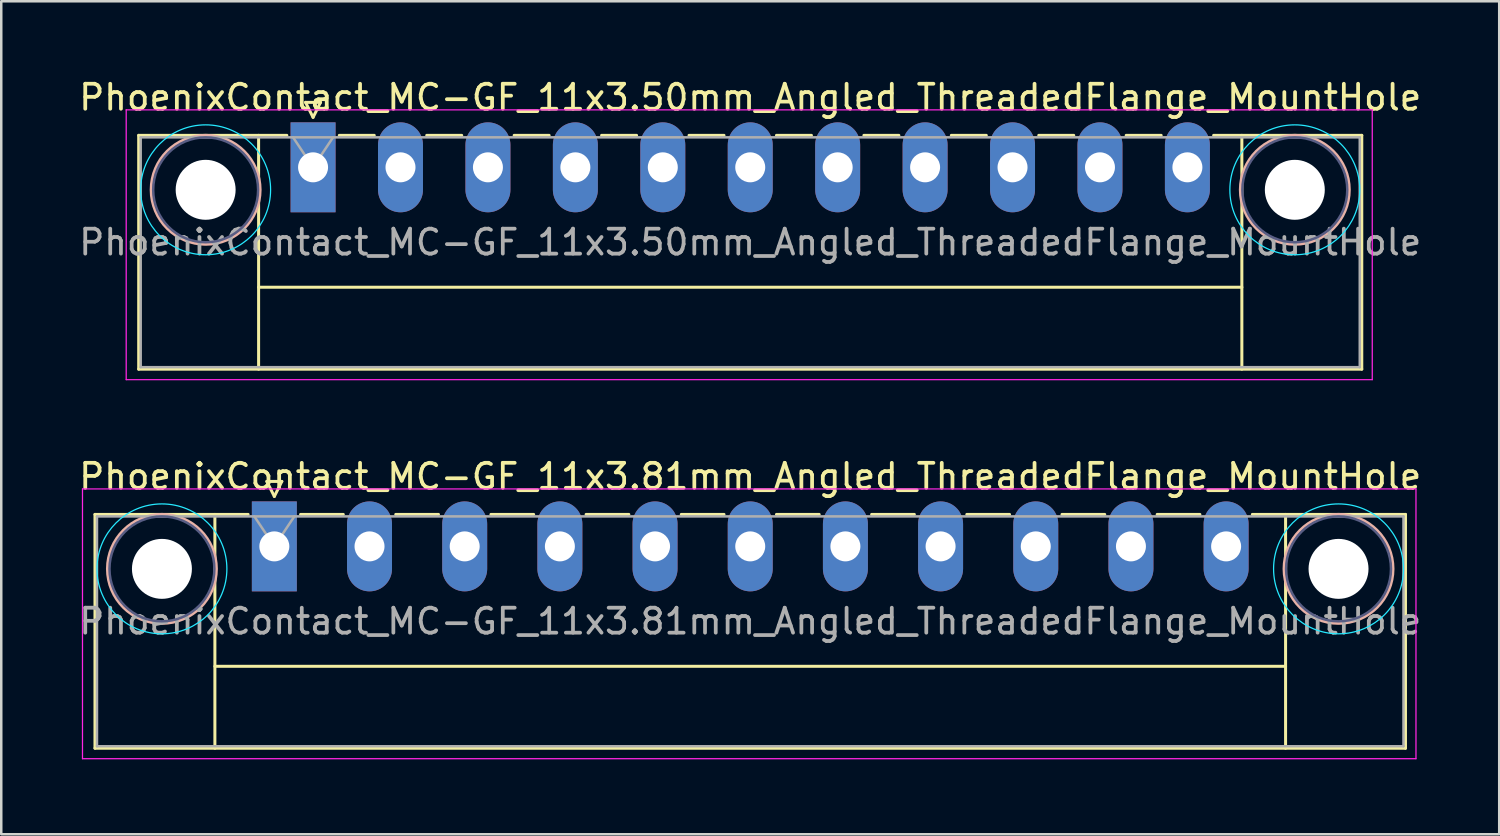
<source format=kicad_pcb>
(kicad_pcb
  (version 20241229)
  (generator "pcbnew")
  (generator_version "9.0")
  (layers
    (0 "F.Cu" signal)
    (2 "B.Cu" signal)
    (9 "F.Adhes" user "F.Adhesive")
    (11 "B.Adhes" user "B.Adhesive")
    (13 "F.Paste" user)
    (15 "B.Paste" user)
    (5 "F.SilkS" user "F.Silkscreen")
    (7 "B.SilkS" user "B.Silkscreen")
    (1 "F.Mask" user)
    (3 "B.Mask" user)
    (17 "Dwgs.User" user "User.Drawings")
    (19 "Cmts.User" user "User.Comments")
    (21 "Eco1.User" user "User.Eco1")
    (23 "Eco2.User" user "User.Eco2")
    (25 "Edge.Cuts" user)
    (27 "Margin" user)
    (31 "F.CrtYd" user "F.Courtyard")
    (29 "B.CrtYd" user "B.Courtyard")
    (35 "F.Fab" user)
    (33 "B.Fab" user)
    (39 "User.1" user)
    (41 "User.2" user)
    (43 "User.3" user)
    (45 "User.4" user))
  (footprint "PhoenixContact_MC-GF_11x3.81mm_Angled_ThreadedFlange_MountHole"
    (layer "F.Cu")
    (at 7.932 18.822)
    (property "Reference" "PhoenixContact_MC-GF_11x3.81mm_Angled_ThreadedFlange_MountHole" (at 19.05 -2.8 0) (layer "F.SilkS") (effects (font (size 1 1) (thickness 0.15))))
    (attr through_hole)
    (fp_line (start -7.18 -1.28) (end -7.18 8.08) (stroke (width 0.12) (type solid)) (layer "F.SilkS"))
    (fp_line (start -7.18 -1.28) (end -1.05 -1.28) (stroke (width 0.12) (type solid)) (layer "F.SilkS"))
    (fp_line (start -7.18 8.08) (end 45.28 8.08) (stroke (width 0.12) (type solid)) (layer "F.SilkS"))
    (fp_line (start -2.38 -1.28) (end -2.38 8.08) (stroke (width 0.12) (type solid)) (layer "F.SilkS"))
    (fp_line (start -2.38 4.8) (end 40.48 4.8) (stroke (width 0.12) (type solid)) (layer "F.SilkS"))
    (fp_line (start -0.3 -2.6) (end 0.3 -2.6) (stroke (width 0.12) (type solid)) (layer "F.SilkS"))
    (fp_line (start 0 -2) (end -0.3 -2.6) (stroke (width 0.12) (type solid)) (layer "F.SilkS"))
    (fp_line (start 0.3 -2.6) (end 0 -2) (stroke (width 0.12) (type solid)) (layer "F.SilkS"))
    (fp_line (start 1.05 -1.28) (end 2.76 -1.28) (stroke (width 0.12) (type solid)) (layer "F.SilkS"))
    (fp_line (start 4.86 -1.28) (end 6.57 -1.28) (stroke (width 0.12) (type solid)) (layer "F.SilkS"))
    (fp_line (start 8.67 -1.28) (end 10.38 -1.28) (stroke (width 0.12) (type solid)) (layer "F.SilkS"))
    (fp_line (start 12.48 -1.28) (end 14.19 -1.28) (stroke (width 0.12) (type solid)) (layer "F.SilkS"))
    (fp_line (start 16.29 -1.28) (end 18 -1.28) (stroke (width 0.12) (type solid)) (layer "F.SilkS"))
    (fp_line (start 20.1 -1.28) (end 21.81 -1.28) (stroke (width 0.12) (type solid)) (layer "F.SilkS"))
    (fp_line (start 23.91 -1.28) (end 25.62 -1.28) (stroke (width 0.12) (type solid)) (layer "F.SilkS"))
    (fp_line (start 27.72 -1.28) (end 29.43 -1.28) (stroke (width 0.12) (type solid)) (layer "F.SilkS"))
    (fp_line (start 31.53 -1.28) (end 33.24 -1.28) (stroke (width 0.12) (type solid)) (layer "F.SilkS"))
    (fp_line (start 35.34 -1.28) (end 37.05 -1.28) (stroke (width 0.12) (type solid)) (layer "F.SilkS"))
    (fp_line (start 40.48 -1.28) (end 40.48 8.08) (stroke (width 0.12) (type solid)) (layer "F.SilkS"))
    (fp_line (start 45.28 -1.28) (end 39.15 -1.28) (stroke (width 0.12) (type solid)) (layer "F.SilkS"))
    (fp_line (start 45.28 8.08) (end 45.28 -1.28) (stroke (width 0.12) (type solid)) (layer "F.SilkS"))
    (fp_circle (center -4.5 0.9) (end -2.32 0.9) (stroke (width 0.12) (type solid)) (fill no) (layer "B.SilkS"))
    (fp_circle (center 42.6 0.9) (end 44.78 0.9) (stroke (width 0.12) (type solid)) (fill no) (layer "B.SilkS"))
    (fp_circle (center -4.5 0.9) (end -1.9 0.9) (stroke (width 0.05) (type solid)) (fill no) (layer "B.CrtYd"))
    (fp_circle (center 42.6 0.9) (end 45.2 0.9) (stroke (width 0.05) (type solid)) (fill no) (layer "B.CrtYd"))
    (fp_line (start -7.68 -2.3) (end -7.68 8.5) (stroke (width 0.05) (type solid)) (layer "F.CrtYd"))
    (fp_line (start -7.68 8.5) (end 45.7 8.5) (stroke (width 0.05) (type solid)) (layer "F.CrtYd"))
    (fp_line (start 45.7 -2.3) (end -7.68 -2.3) (stroke (width 0.05) (type solid)) (layer "F.CrtYd"))
    (fp_line (start 45.7 8.5) (end 45.7 -2.3) (stroke (width 0.05) (type solid)) (layer "F.CrtYd"))
    (fp_circle (center -4.5 0.9) (end -2.4 0.9) (stroke (width 0.1) (type solid)) (fill no) (layer "B.Fab"))
    (fp_circle (center 42.6 0.9) (end 44.7 0.9) (stroke (width 0.1) (type solid)) (fill no) (layer "B.Fab"))
    (fp_line (start -7.1 -1.2) (end -7.1 8) (stroke (width 0.1) (type solid)) (layer "F.Fab"))
    (fp_line (start -7.1 8) (end 45.2 8) (stroke (width 0.1) (type solid)) (layer "F.Fab"))
    (fp_line (start 0 0) (end -0.8 -1.2) (stroke (width 0.1) (type solid)) (layer "F.Fab"))
    (fp_line (start 0.8 -1.2) (end 0 0) (stroke (width 0.1) (type solid)) (layer "F.Fab"))
    (fp_line (start 45.2 -1.2) (end -7.1 -1.2) (stroke (width 0.1) (type solid)) (layer "F.Fab"))
    (fp_line (start 45.2 8) (end 45.2 -1.2) (stroke (width 0.1) (type solid)) (layer "F.Fab"))
    (fp_text user "${REFERENCE}" (at 19.05 3 0) (layer "F.Fab") (effects (font (size 1 1) (thickness 0.15))))
    (pad "" np_thru_hole circle (at -4.5 0.9) (size 2.4 2.4) (drill 2.4) (layers "*.Cu" "*.Mask"))
    (pad "" np_thru_hole circle (at 42.6 0.9) (size 2.4 2.4) (drill 2.4) (layers "*.Cu" "*.Mask"))
    (pad "1" thru_hole rect (at 0 0) (size 1.8 3.6) (drill 1.2) (layers "*.Cu" "*.Mask"))
    (pad "2" thru_hole oval (at 3.81 0) (size 1.8 3.6) (drill 1.2) (layers "*.Cu" "*.Mask"))
    (pad "3" thru_hole oval (at 7.62 0) (size 1.8 3.6) (drill 1.2) (layers "*.Cu" "*.Mask"))
    (pad "4" thru_hole oval (at 11.43 0) (size 1.8 3.6) (drill 1.2) (layers "*.Cu" "*.Mask"))
    (pad "5" thru_hole oval (at 15.24 0) (size 1.8 3.6) (drill 1.2) (layers "*.Cu" "*.Mask"))
    (pad "6" thru_hole oval (at 19.05 0) (size 1.8 3.6) (drill 1.2) (layers "*.Cu" "*.Mask"))
    (pad "7" thru_hole oval (at 22.86 0) (size 1.8 3.6) (drill 1.2) (layers "*.Cu" "*.Mask"))
    (pad "8" thru_hole oval (at 26.67 0) (size 1.8 3.6) (drill 1.2) (layers "*.Cu" "*.Mask"))
    (pad "9" thru_hole oval (at 30.48 0) (size 1.8 3.6) (drill 1.2) (layers "*.Cu" "*.Mask"))
    (pad "10" thru_hole oval (at 34.29 0) (size 1.8 3.6) (drill 1.2) (layers "*.Cu" "*.Mask"))
    (pad "11" thru_hole oval (at 38.1 0) (size 1.8 3.6) (drill 1.2) (layers "*.Cu" "*.Mask")))
  (footprint "PhoenixContact_MC-GF_11x3.50mm_Angled_ThreadedFlange_MountHole"
    (layer "F.Cu")
    (at 9.482 3.648)
    (property "Reference" "PhoenixContact_MC-GF_11x3.50mm_Angled_ThreadedFlange_MountHole" (at 17.5 -2.8 0) (layer "F.SilkS") (effects (font (size 1 1) (thickness 0.15))))
    (attr through_hole)
    (fp_line (start -6.98 -1.28) (end -6.98 8.08) (stroke (width 0.12) (type solid)) (layer "F.SilkS"))
    (fp_line (start -6.98 -1.28) (end -1.05 -1.28) (stroke (width 0.12) (type solid)) (layer "F.SilkS"))
    (fp_line (start -6.98 8.08) (end 41.98 8.08) (stroke (width 0.12) (type solid)) (layer "F.SilkS"))
    (fp_line (start -2.18 -1.28) (end -2.18 8.08) (stroke (width 0.12) (type solid)) (layer "F.SilkS"))
    (fp_line (start -2.18 4.8) (end 37.18 4.8) (stroke (width 0.12) (type solid)) (layer "F.SilkS"))
    (fp_line (start -0.3 -2.6) (end 0.3 -2.6) (stroke (width 0.12) (type solid)) (layer "F.SilkS"))
    (fp_line (start 0 -2) (end -0.3 -2.6) (stroke (width 0.12) (type solid)) (layer "F.SilkS"))
    (fp_line (start 0.3 -2.6) (end 0 -2) (stroke (width 0.12) (type solid)) (layer "F.SilkS"))
    (fp_line (start 1.05 -1.28) (end 2.45 -1.28) (stroke (width 0.12) (type solid)) (layer "F.SilkS"))
    (fp_line (start 4.55 -1.28) (end 5.95 -1.28) (stroke (width 0.12) (type solid)) (layer "F.SilkS"))
    (fp_line (start 8.05 -1.28) (end 9.45 -1.28) (stroke (width 0.12) (type solid)) (layer "F.SilkS"))
    (fp_line (start 11.55 -1.28) (end 12.95 -1.28) (stroke (width 0.12) (type solid)) (layer "F.SilkS"))
    (fp_line (start 15.05 -1.28) (end 16.45 -1.28) (stroke (width 0.12) (type solid)) (layer "F.SilkS"))
    (fp_line (start 18.55 -1.28) (end 19.95 -1.28) (stroke (width 0.12) (type solid)) (layer "F.SilkS"))
    (fp_line (start 22.05 -1.28) (end 23.45 -1.28) (stroke (width 0.12) (type solid)) (layer "F.SilkS"))
    (fp_line (start 25.55 -1.28) (end 26.95 -1.28) (stroke (width 0.12) (type solid)) (layer "F.SilkS"))
    (fp_line (start 29.05 -1.28) (end 30.45 -1.28) (stroke (width 0.12) (type solid)) (layer "F.SilkS"))
    (fp_line (start 32.55 -1.28) (end 33.95 -1.28) (stroke (width 0.12) (type solid)) (layer "F.SilkS"))
    (fp_line (start 37.18 -1.28) (end 37.18 8.08) (stroke (width 0.12) (type solid)) (layer "F.SilkS"))
    (fp_line (start 41.98 -1.28) (end 36.05 -1.28) (stroke (width 0.12) (type solid)) (layer "F.SilkS"))
    (fp_line (start 41.98 8.08) (end 41.98 -1.28) (stroke (width 0.12) (type solid)) (layer "F.SilkS"))
    (fp_circle (center -4.3 0.9) (end -2.12 0.9) (stroke (width 0.12) (type solid)) (fill no) (layer "B.SilkS"))
    (fp_circle (center 39.3 0.9) (end 41.48 0.9) (stroke (width 0.12) (type solid)) (fill no) (layer "B.SilkS"))
    (fp_circle (center -4.3 0.9) (end -1.7 0.9) (stroke (width 0.05) (type solid)) (fill no) (layer "B.CrtYd"))
    (fp_circle (center 39.3 0.9) (end 41.9 0.9) (stroke (width 0.05) (type solid)) (fill no) (layer "B.CrtYd"))
    (fp_line (start -7.48 -2.3) (end -7.48 8.5) (stroke (width 0.05) (type solid)) (layer "F.CrtYd"))
    (fp_line (start -7.48 8.5) (end 42.4 8.5) (stroke (width 0.05) (type solid)) (layer "F.CrtYd"))
    (fp_line (start 42.4 -2.3) (end -7.48 -2.3) (stroke (width 0.05) (type solid)) (layer "F.CrtYd"))
    (fp_line (start 42.4 8.5) (end 42.4 -2.3) (stroke (width 0.05) (type solid)) (layer "F.CrtYd"))
    (fp_circle (center -4.3 0.9) (end -2.2 0.9) (stroke (width 0.1) (type solid)) (fill no) (layer "B.Fab"))
    (fp_circle (center 39.3 0.9) (end 41.4 0.9) (stroke (width 0.1) (type solid)) (fill no) (layer "B.Fab"))
    (fp_line (start -6.9 -1.2) (end -6.9 8) (stroke (width 0.1) (type solid)) (layer "F.Fab"))
    (fp_line (start -6.9 8) (end 41.9 8) (stroke (width 0.1) (type solid)) (layer "F.Fab"))
    (fp_line (start 0 0) (end -0.8 -1.2) (stroke (width 0.1) (type solid)) (layer "F.Fab"))
    (fp_line (start 0.8 -1.2) (end 0 0) (stroke (width 0.1) (type solid)) (layer "F.Fab"))
    (fp_line (start 41.9 -1.2) (end -6.9 -1.2) (stroke (width 0.1) (type solid)) (layer "F.Fab"))
    (fp_line (start 41.9 8) (end 41.9 -1.2) (stroke (width 0.1) (type solid)) (layer "F.Fab"))
    (fp_text user "${REFERENCE}" (at 17.5 3 0) (layer "F.Fab") (effects (font (size 1 1) (thickness 0.15))))
    (pad "" np_thru_hole circle (at -4.3 0.9) (size 2.4 2.4) (drill 2.4) (layers "*.Cu" "*.Mask"))
    (pad "" np_thru_hole circle (at 39.3 0.9) (size 2.4 2.4) (drill 2.4) (layers "*.Cu" "*.Mask"))
    (pad "1" thru_hole rect (at 0 0) (size 1.8 3.6) (drill 1.2) (layers "*.Cu" "*.Mask"))
    (pad "2" thru_hole oval (at 3.5 0) (size 1.8 3.6) (drill 1.2) (layers "*.Cu" "*.Mask"))
    (pad "3" thru_hole oval (at 7 0) (size 1.8 3.6) (drill 1.2) (layers "*.Cu" "*.Mask"))
    (pad "4" thru_hole oval (at 10.5 0) (size 1.8 3.6) (drill 1.2) (layers "*.Cu" "*.Mask"))
    (pad "5" thru_hole oval (at 14 0) (size 1.8 3.6) (drill 1.2) (layers "*.Cu" "*.Mask"))
    (pad "6" thru_hole oval (at 17.5 0) (size 1.8 3.6) (drill 1.2) (layers "*.Cu" "*.Mask"))
    (pad "7" thru_hole oval (at 21 0) (size 1.8 3.6) (drill 1.2) (layers "*.Cu" "*.Mask"))
    (pad "8" thru_hole oval (at 24.5 0) (size 1.8 3.6) (drill 1.2) (layers "*.Cu" "*.Mask"))
    (pad "9" thru_hole oval (at 28 0) (size 1.8 3.6) (drill 1.2) (layers "*.Cu" "*.Mask"))
    (pad "10" thru_hole oval (at 31.5 0) (size 1.8 3.6) (drill 1.2) (layers "*.Cu" "*.Mask"))
    (pad "11" thru_hole oval (at 35 0) (size 1.8 3.6) (drill 1.2) (layers "*.Cu" "*.Mask")))
  (gr_rect
    (start -3 -3)
    (end 56.964 30.346)
    (stroke (width 0.1) (type default))
    (fill no)
    (layer "Edge.Cuts")))
</source>
